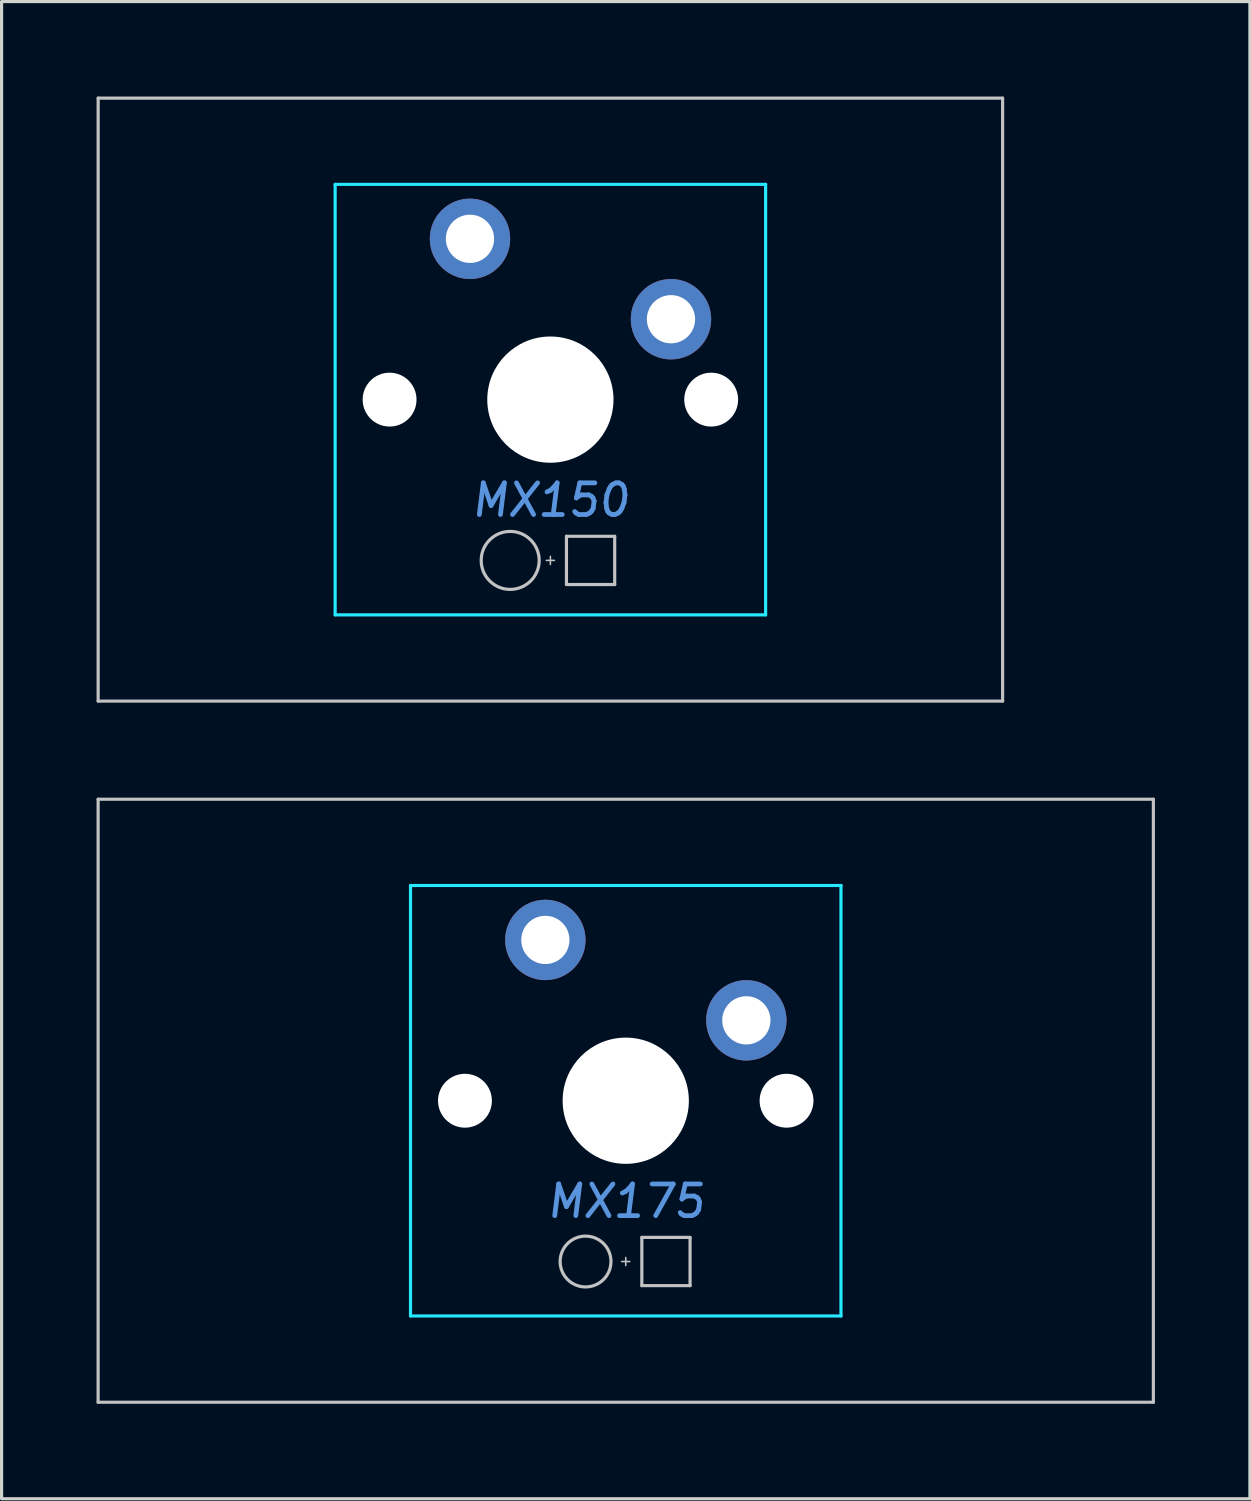
<source format=kicad_pcb>
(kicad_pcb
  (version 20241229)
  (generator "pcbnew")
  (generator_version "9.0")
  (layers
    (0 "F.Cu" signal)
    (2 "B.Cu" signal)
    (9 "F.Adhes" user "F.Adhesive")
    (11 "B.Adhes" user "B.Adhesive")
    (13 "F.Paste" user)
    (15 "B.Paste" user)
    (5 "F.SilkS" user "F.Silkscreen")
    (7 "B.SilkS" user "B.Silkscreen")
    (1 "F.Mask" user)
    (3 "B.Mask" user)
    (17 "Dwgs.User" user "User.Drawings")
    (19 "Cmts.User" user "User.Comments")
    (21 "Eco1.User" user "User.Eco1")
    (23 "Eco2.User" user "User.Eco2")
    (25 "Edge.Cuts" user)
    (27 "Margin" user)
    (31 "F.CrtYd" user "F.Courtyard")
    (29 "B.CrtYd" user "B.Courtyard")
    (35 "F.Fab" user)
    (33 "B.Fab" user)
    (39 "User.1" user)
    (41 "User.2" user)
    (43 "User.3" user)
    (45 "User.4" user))
  (footprint "MX150"
    (layer "F.Cu")
    (at 14.338 9.575)
    (property "Reference" "MX150" (at 0 3.175 0) (layer "Cmts.User") (effects (font (size 1 1) (thickness 0.15) (italic yes))))
    (attr through_hole)
    (fp_line (start -14.287 -9.525) (end -14.287 9.525) (stroke (width 0.1) (type solid)) (layer "Dwgs.User"))
    (fp_line (start -14.287 -9.525) (end 14.287 -9.525) (stroke (width 0.1) (type solid)) (layer "Dwgs.User"))
    (fp_line (start -14.287 9.525) (end 14.287 9.525) (stroke (width 0.1) (type solid)) (layer "Dwgs.User"))
    (fp_line (start 0 5.207) (end 0 4.953) (stroke (width 0.05) (type solid)) (layer "Dwgs.User"))
    (fp_line (start 0.127 5.08) (end -0.127 5.08) (stroke (width 0.05) (type solid)) (layer "Dwgs.User"))
    (fp_line (start 0.508 4.318) (end 2.032 4.318) (stroke (width 0.1) (type solid)) (layer "Dwgs.User"))
    (fp_line (start 0.508 5.842) (end 0.508 4.318) (stroke (width 0.1) (type solid)) (layer "Dwgs.User"))
    (fp_line (start 0.508 5.842) (end 2.032 5.842) (stroke (width 0.1) (type solid)) (layer "Dwgs.User"))
    (fp_line (start 2.032 5.842) (end 2.032 4.318) (stroke (width 0.1) (type solid)) (layer "Dwgs.User"))
    (fp_line (start 14.287 -9.525) (end 14.287 9.525) (stroke (width 0.1) (type solid)) (layer "Dwgs.User"))
    (fp_circle (center -1.27 5.08) (end -0.354 5.08) (stroke (width 0.1) (type solid)) (fill no) (layer "Dwgs.User"))
    (fp_line (start -8.001 -5.715) (end -8.001 -3.175) (stroke (width 0.1) (type solid)) (layer "Eco1.User"))
    (fp_line (start -8.001 5.715) (end -8.001 3.175) (stroke (width 0.1) (type solid)) (layer "Eco1.User"))
    (fp_line (start -7.747 -5.969) (end -7.239 -5.969) (stroke (width 0.1) (type solid)) (layer "Eco1.User"))
    (fp_line (start -7.747 -2.921) (end -7.239 -2.921) (stroke (width 0.1) (type solid)) (layer "Eco1.User"))
    (fp_line (start -7.747 2.921) (end -7.239 2.921) (stroke (width 0.1) (type solid)) (layer "Eco1.User"))
    (fp_line (start -7.747 5.969) (end -7.239 5.969) (stroke (width 0.1) (type solid)) (layer "Eco1.User"))
    (fp_line (start -6.985 -6.223) (end -6.985 -6.731) (stroke (width 0.1) (type solid)) (layer "Eco1.User"))
    (fp_line (start -6.985 -2.667) (end -6.985 2.667) (stroke (width 0.1) (type solid)) (layer "Eco1.User"))
    (fp_line (start -6.985 6.223) (end -6.985 6.731) (stroke (width 0.1) (type solid)) (layer "Eco1.User"))
    (fp_line (start -2.159 0) (end 2.159 0) (stroke (width 0.1) (type solid)) (layer "Eco1.User"))
    (fp_line (start 0 -2.286) (end 0 2.286) (stroke (width 0.1) (type solid)) (layer "Eco1.User"))
    (fp_line (start 6.731 -6.985) (end -6.731 -6.985) (stroke (width 0.1) (type solid)) (layer "Eco1.User"))
    (fp_line (start 6.731 6.985) (end -6.731 6.985) (stroke (width 0.1) (type solid)) (layer "Eco1.User"))
    (fp_line (start 6.985 -6.223) (end 6.985 -6.731) (stroke (width 0.1) (type solid)) (layer "Eco1.User"))
    (fp_line (start 6.985 2.667) (end 6.985 -2.667) (stroke (width 0.1) (type solid)) (layer "Eco1.User"))
    (fp_line (start 6.985 6.223) (end 6.985 6.731) (stroke (width 0.1) (type solid)) (layer "Eco1.User"))
    (fp_line (start 7.747 -5.969) (end 7.239 -5.969) (stroke (width 0.1) (type solid)) (layer "Eco1.User"))
    (fp_line (start 7.747 -2.921) (end 7.239 -2.921) (stroke (width 0.1) (type solid)) (layer "Eco1.User"))
    (fp_line (start 7.747 2.921) (end 7.239 2.921) (stroke (width 0.1) (type solid)) (layer "Eco1.User"))
    (fp_line (start 7.747 5.969) (end 7.239 5.969) (stroke (width 0.1) (type solid)) (layer "Eco1.User"))
    (fp_line (start 8.001 -5.715) (end 8.001 -3.175) (stroke (width 0.1) (type solid)) (layer "Eco1.User"))
    (fp_line (start 8.001 5.715) (end 8.001 3.175) (stroke (width 0.1) (type solid)) (layer "Eco1.User"))
    (fp_arc (start -8.001 -5.715) (mid -7.926605 -5.894605) (end -7.747 -5.969) (stroke (width 0.1) (type solid)) (layer "Eco1.User"))
    (fp_arc (start -8.001 3.175) (mid -7.926605 2.995395) (end -7.747 2.921) (stroke (width 0.1) (type solid)) (layer "Eco1.User"))
    (fp_arc (start -7.747 -2.921) (mid -7.926605 -2.995395) (end -8.001 -3.175) (stroke (width 0.1) (type solid)) (layer "Eco1.User"))
    (fp_arc (start -7.747 5.969) (mid -7.926605 5.894605) (end -8.001 5.715) (stroke (width 0.1) (type solid)) (layer "Eco1.User"))
    (fp_arc (start -7.239 -2.921) (mid -7.059395 -2.846605) (end -6.985 -2.667) (stroke (width 0.1) (type solid)) (layer "Eco1.User"))
    (fp_arc (start -7.239 5.969) (mid -7.059395 6.043395) (end -6.985 6.223) (stroke (width 0.1) (type solid)) (layer "Eco1.User"))
    (fp_arc (start -6.985 -6.731) (mid -6.910605 -6.910605) (end -6.731 -6.985) (stroke (width 0.1) (type solid)) (layer "Eco1.User"))
    (fp_arc (start -6.985 -6.223) (mid -7.059395 -6.043395) (end -7.239 -5.969) (stroke (width 0.1) (type solid)) (layer "Eco1.User"))
    (fp_arc (start -6.985 2.667) (mid -7.059395 2.846605) (end -7.239 2.921) (stroke (width 0.1) (type solid)) (layer "Eco1.User"))
    (fp_arc (start -6.731 6.985) (mid -6.910605 6.910605) (end -6.985 6.731) (stroke (width 0.1) (type solid)) (layer "Eco1.User"))
    (fp_arc (start 6.731 -6.985) (mid 6.910605 -6.910605) (end 6.985 -6.731) (stroke (width 0.1) (type solid)) (layer "Eco1.User"))
    (fp_arc (start 6.985 -2.667) (mid 7.059395 -2.846605) (end 7.239 -2.921) (stroke (width 0.1) (type solid)) (layer "Eco1.User"))
    (fp_arc (start 6.985 6.223) (mid 7.059395 6.043395) (end 7.239 5.969) (stroke (width 0.1) (type solid)) (layer "Eco1.User"))
    (fp_arc (start 6.985 6.731) (mid 6.910605 6.910605) (end 6.731 6.985) (stroke (width 0.1) (type solid)) (layer "Eco1.User"))
    (fp_arc (start 7.239 -5.969) (mid 7.059395 -6.043395) (end 6.985 -6.223) (stroke (width 0.1) (type solid)) (layer "Eco1.User"))
    (fp_arc (start 7.239 2.921) (mid 7.059395 2.846605) (end 6.985 2.667) (stroke (width 0.1) (type solid)) (layer "Eco1.User"))
    (fp_arc (start 7.747 -5.969) (mid 7.926605 -5.894605) (end 8.001 -5.715) (stroke (width 0.1) (type solid)) (layer "Eco1.User"))
    (fp_arc (start 7.747 2.921) (mid 7.926605 2.995395) (end 8.001 3.175) (stroke (width 0.1) (type solid)) (layer "Eco1.User"))
    (fp_arc (start 8.001 -3.175) (mid 7.926605 -2.995395) (end 7.747 -2.921) (stroke (width 0.1) (type solid)) (layer "Eco1.User"))
    (fp_arc (start 8.001 5.715) (mid 7.926605 5.894605) (end 7.747 5.969) (stroke (width 0.1) (type solid)) (layer "Eco1.User"))
    (fp_circle (center 0 0) (end 1.905 0) (stroke (width 0.1) (type solid)) (fill no) (layer "Eco1.User"))
    (fp_line (start -6.8 -6.8) (end 6.8 -6.8) (stroke (width 0.1) (type solid)) (layer "B.CrtYd"))
    (fp_line (start -6.8 6.8) (end -6.8 -6.8) (stroke (width 0.1) (type solid)) (layer "B.CrtYd"))
    (fp_line (start -6.8 6.8) (end 6.8 6.8) (stroke (width 0.1) (type solid)) (layer "B.CrtYd"))
    (fp_line (start 6.8 6.8) (end 6.8 -6.8) (stroke (width 0.1) (type solid)) (layer "B.CrtYd"))
    (pad "" np_thru_hole circle (at -5.08 0) (size 1.702 1.702) (drill 1.702) (layers "*.Cu" "*.Mask"))
    (pad "" np_thru_hole circle (at 0 0) (size 3.988 3.988) (drill 3.988) (layers "*.Cu" "*.Mask"))
    (pad "" np_thru_hole circle (at 5.08 0) (size 1.702 1.702) (drill 1.702) (layers "*.Cu" "*.Mask"))
    (pad "1" thru_hole circle (at -2.54 -5.08) (size 2.54 2.54) (drill 1.524) (layers "*.Cu" "*.Mask"))
    (pad "2" thru_hole circle (at 3.81 -2.54) (size 2.54 2.54) (drill 1.524) (layers "*.Cu" "*.Mask")))
  (footprint "MX175"
    (layer "F.Cu")
    (at 16.719 31.725)
    (property "Reference" "MX175" (at 0 3.175 0) (layer "Cmts.User") (effects (font (size 1 1) (thickness 0.15) (italic yes))))
    (attr through_hole)
    (fp_line (start -16.669 -9.525) (end -16.669 9.525) (stroke (width 0.1) (type solid)) (layer "Dwgs.User"))
    (fp_line (start -16.669 -9.525) (end 16.669 -9.525) (stroke (width 0.1) (type solid)) (layer "Dwgs.User"))
    (fp_line (start -16.669 9.525) (end 16.669 9.525) (stroke (width 0.1) (type solid)) (layer "Dwgs.User"))
    (fp_line (start -0.127 5.08) (end 0.127 5.08) (stroke (width 0.05) (type solid)) (layer "Dwgs.User"))
    (fp_line (start 0 4.953) (end 0 5.207) (stroke (width 0.05) (type solid)) (layer "Dwgs.User"))
    (fp_line (start 0.508 4.318) (end 0.508 5.842) (stroke (width 0.1) (type solid)) (layer "Dwgs.User"))
    (fp_line (start 0.508 4.318) (end 2.032 4.318) (stroke (width 0.1) (type solid)) (layer "Dwgs.User"))
    (fp_line (start 0.508 5.842) (end 2.032 5.842) (stroke (width 0.1) (type solid)) (layer "Dwgs.User"))
    (fp_line (start 2.032 5.842) (end 2.032 4.318) (stroke (width 0.1) (type solid)) (layer "Dwgs.User"))
    (fp_line (start 16.669 -9.525) (end 16.669 9.525) (stroke (width 0.1) (type solid)) (layer "Dwgs.User"))
    (fp_circle (center -1.27 5.08) (end -0.467 5.08) (stroke (width 0.1) (type solid)) (fill no) (layer "Dwgs.User"))
    (fp_line (start -8.001 -5.715) (end -8.001 -3.175) (stroke (width 0.1) (type solid)) (layer "Eco1.User"))
    (fp_line (start -8.001 5.715) (end -8.001 3.175) (stroke (width 0.1) (type solid)) (layer "Eco1.User"))
    (fp_line (start -7.747 -5.969) (end -7.239 -5.969) (stroke (width 0.1) (type solid)) (layer "Eco1.User"))
    (fp_line (start -7.747 -2.921) (end -7.239 -2.921) (stroke (width 0.1) (type solid)) (layer "Eco1.User"))
    (fp_line (start -7.747 2.921) (end -7.239 2.921) (stroke (width 0.1) (type solid)) (layer "Eco1.User"))
    (fp_line (start -7.747 5.969) (end -7.239 5.969) (stroke (width 0.1) (type solid)) (layer "Eco1.User"))
    (fp_line (start -6.985 -6.223) (end -6.985 -6.731) (stroke (width 0.1) (type solid)) (layer "Eco1.User"))
    (fp_line (start -6.985 -2.667) (end -6.985 2.667) (stroke (width 0.1) (type solid)) (layer "Eco1.User"))
    (fp_line (start -6.985 6.223) (end -6.985 6.731) (stroke (width 0.1) (type solid)) (layer "Eco1.User"))
    (fp_line (start -2.159 0) (end 2.159 0) (stroke (width 0.1) (type solid)) (layer "Eco1.User"))
    (fp_line (start 0 -2.286) (end 0 2.286) (stroke (width 0.1) (type solid)) (layer "Eco1.User"))
    (fp_line (start 6.731 -6.985) (end -6.731 -6.985) (stroke (width 0.1) (type solid)) (layer "Eco1.User"))
    (fp_line (start 6.731 6.985) (end -6.731 6.985) (stroke (width 0.1) (type solid)) (layer "Eco1.User"))
    (fp_line (start 6.985 -6.223) (end 6.985 -6.731) (stroke (width 0.1) (type solid)) (layer "Eco1.User"))
    (fp_line (start 6.985 2.667) (end 6.985 -2.667) (stroke (width 0.1) (type solid)) (layer "Eco1.User"))
    (fp_line (start 6.985 6.223) (end 6.985 6.731) (stroke (width 0.1) (type solid)) (layer "Eco1.User"))
    (fp_line (start 7.747 -5.969) (end 7.239 -5.969) (stroke (width 0.1) (type solid)) (layer "Eco1.User"))
    (fp_line (start 7.747 -2.921) (end 7.239 -2.921) (stroke (width 0.1) (type solid)) (layer "Eco1.User"))
    (fp_line (start 7.747 2.921) (end 7.239 2.921) (stroke (width 0.1) (type solid)) (layer "Eco1.User"))
    (fp_line (start 7.747 5.969) (end 7.239 5.969) (stroke (width 0.1) (type solid)) (layer "Eco1.User"))
    (fp_line (start 8.001 -5.715) (end 8.001 -3.175) (stroke (width 0.1) (type solid)) (layer "Eco1.User"))
    (fp_line (start 8.001 5.715) (end 8.001 3.175) (stroke (width 0.1) (type solid)) (layer "Eco1.User"))
    (fp_arc (start -8.001 -5.715) (mid -7.926605 -5.894605) (end -7.747 -5.969) (stroke (width 0.1) (type solid)) (layer "Eco1.User"))
    (fp_arc (start -8.001 3.175) (mid -7.926605 2.995395) (end -7.747 2.921) (stroke (width 0.1) (type solid)) (layer "Eco1.User"))
    (fp_arc (start -7.747 -2.921) (mid -7.926605 -2.995395) (end -8.001 -3.175) (stroke (width 0.1) (type solid)) (layer "Eco1.User"))
    (fp_arc (start -7.747 5.969) (mid -7.926605 5.894605) (end -8.001 5.715) (stroke (width 0.1) (type solid)) (layer "Eco1.User"))
    (fp_arc (start -7.239 -2.921) (mid -7.059395 -2.846605) (end -6.985 -2.667) (stroke (width 0.1) (type solid)) (layer "Eco1.User"))
    (fp_arc (start -7.239 5.969) (mid -7.059395 6.043395) (end -6.985 6.223) (stroke (width 0.1) (type solid)) (layer "Eco1.User"))
    (fp_arc (start -6.985 -6.731) (mid -6.910605 -6.910605) (end -6.731 -6.985) (stroke (width 0.1) (type solid)) (layer "Eco1.User"))
    (fp_arc (start -6.985 -6.223) (mid -7.059395 -6.043395) (end -7.239 -5.969) (stroke (width 0.1) (type solid)) (layer "Eco1.User"))
    (fp_arc (start -6.985 2.667) (mid -7.059395 2.846605) (end -7.239 2.921) (stroke (width 0.1) (type solid)) (layer "Eco1.User"))
    (fp_arc (start -6.731 6.985) (mid -6.910605 6.910605) (end -6.985 6.731) (stroke (width 0.1) (type solid)) (layer "Eco1.User"))
    (fp_arc (start 6.731 -6.985) (mid 6.910605 -6.910605) (end 6.985 -6.731) (stroke (width 0.1) (type solid)) (layer "Eco1.User"))
    (fp_arc (start 6.985 -2.667) (mid 7.059395 -2.846605) (end 7.239 -2.921) (stroke (width 0.1) (type solid)) (layer "Eco1.User"))
    (fp_arc (start 6.985 6.223) (mid 7.059395 6.043395) (end 7.239 5.969) (stroke (width 0.1) (type solid)) (layer "Eco1.User"))
    (fp_arc (start 6.985 6.731) (mid 6.910605 6.910605) (end 6.731 6.985) (stroke (width 0.1) (type solid)) (layer "Eco1.User"))
    (fp_arc (start 7.239 -5.969) (mid 7.059395 -6.043395) (end 6.985 -6.223) (stroke (width 0.1) (type solid)) (layer "Eco1.User"))
    (fp_arc (start 7.239 2.921) (mid 7.059395 2.846605) (end 6.985 2.667) (stroke (width 0.1) (type solid)) (layer "Eco1.User"))
    (fp_arc (start 7.747 -5.969) (mid 7.926605 -5.894605) (end 8.001 -5.715) (stroke (width 0.1) (type solid)) (layer "Eco1.User"))
    (fp_arc (start 7.747 2.921) (mid 7.926605 2.995395) (end 8.001 3.175) (stroke (width 0.1) (type solid)) (layer "Eco1.User"))
    (fp_arc (start 8.001 -3.175) (mid 7.926605 -2.995395) (end 7.747 -2.921) (stroke (width 0.1) (type solid)) (layer "Eco1.User"))
    (fp_arc (start 8.001 5.715) (mid 7.926605 5.894605) (end 7.747 5.969) (stroke (width 0.1) (type solid)) (layer "Eco1.User"))
    (fp_circle (center 0 0) (end 1.905 0) (stroke (width 0.1) (type solid)) (fill no) (layer "Eco1.User"))
    (fp_line (start -6.8 -6.8) (end 6.8 -6.8) (stroke (width 0.1) (type solid)) (layer "B.CrtYd"))
    (fp_line (start -6.8 6.8) (end -6.8 -6.8) (stroke (width 0.1) (type solid)) (layer "B.CrtYd"))
    (fp_line (start -6.8 6.8) (end 6.8 6.8) (stroke (width 0.1) (type solid)) (layer "B.CrtYd"))
    (fp_line (start 6.8 6.8) (end 6.8 -6.8) (stroke (width 0.1) (type solid)) (layer "B.CrtYd"))
    (pad "" np_thru_hole circle (at -5.08 0) (size 1.702 1.702) (drill 1.702) (layers "*.Cu" "*.Mask"))
    (pad "" np_thru_hole circle (at 0 0) (size 3.988 3.988) (drill 3.988) (layers "*.Cu" "*.Mask"))
    (pad "" np_thru_hole circle (at 5.08 0) (size 1.702 1.702) (drill 1.702) (layers "*.Cu" "*.Mask"))
    (pad "1" thru_hole circle (at -2.54 -5.08) (size 2.54 2.54) (drill 1.524) (layers "*.Cu" "*.Mask"))
    (pad "2" thru_hole circle (at 3.81 -2.54) (size 2.54 2.54) (drill 1.524) (layers "*.Cu" "*.Mask")))
  (gr_rect
    (start -3 -3)
    (end 36.438 44.3)
    (stroke (width 0.1) (type default))
    (fill no)
    (layer "Edge.Cuts")))
</source>
